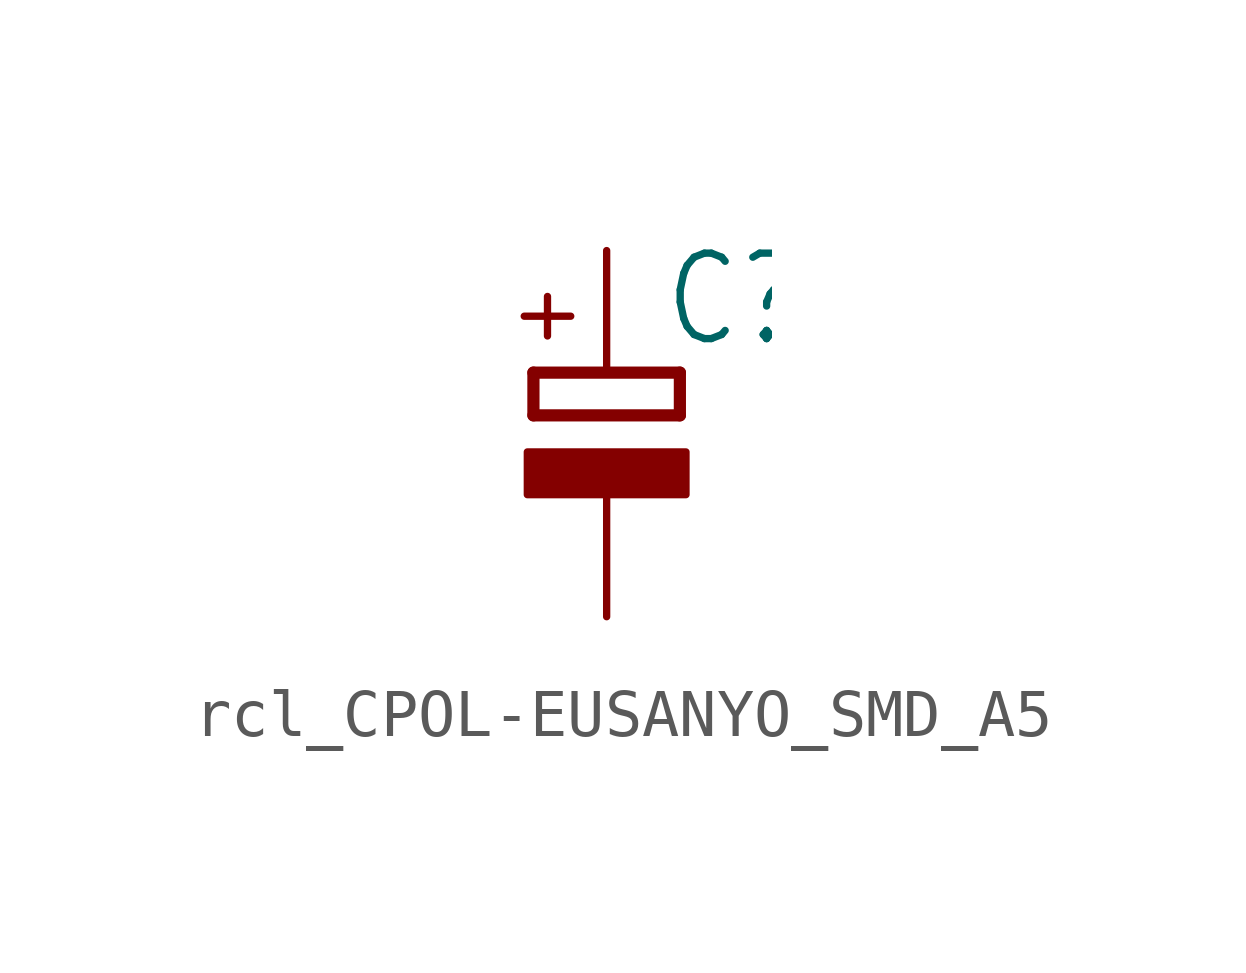
<source format=kicad_sym>
(kicad_symbol_lib
  (version 20241209)
  (generator "kicad_symbol_editor")
  (generator_version "9.0")
  (symbol "rcl_CPOL-EUSANYO_SMD_A5"
    (property "Reference" "C"
      (at 1.143 0.483 0)
      (effects (font (size 1.778 1.511)) (justify left bottom)))
    (property "Value" ""
      (at 1.143 -4.597 0)
      (effects (font (size 1.778 1.511)) (justify left bottom)))
    (property "ki_locked" ""
      (at 0 0 0)
      (effects (font (size 1.27 1.27))))
    (symbol "rcl_CPOL-EUSANYO_SMD_A5_1_0"
      (rectangle (start -1.651 -2.54) (end 1.651 -1.651) (stroke (width 0) (type default)) (fill (type outline)))
      (polyline (pts (xy -1.524 0) (xy -1.524 -0.889)) (stroke (width 0.254) (type solid)) (fill (type none)))
      (polyline (pts (xy -1.524 0) (xy 1.524 0)) (stroke (width 0.254) (type solid)) (fill (type none)))
      (polyline (pts (xy -1.524 -0.889) (xy 1.524 -0.889)) (stroke (width 0.254) (type solid)) (fill (type none)))
      (polyline (pts (xy 1.524 -0.889) (xy 1.524 0)) (stroke (width 0.254) (type solid)) (fill (type none)))
      (text "+" (at -0.584 0.406 900) (effects (font (size 1.27 1.079)) (justify left bottom)))
      (pin passive line (at 0 2.54 270) (length 2.54) (name "+" (effects (font (size 0 0)))) (number "+" (effects (font (size 0 0)))))
      (pin passive line (at 0 -5.08 90) (length 2.54) (name "-" (effects (font (size 0 0)))) (number "-" (effects (font (size 0 0))))))))
</source>
